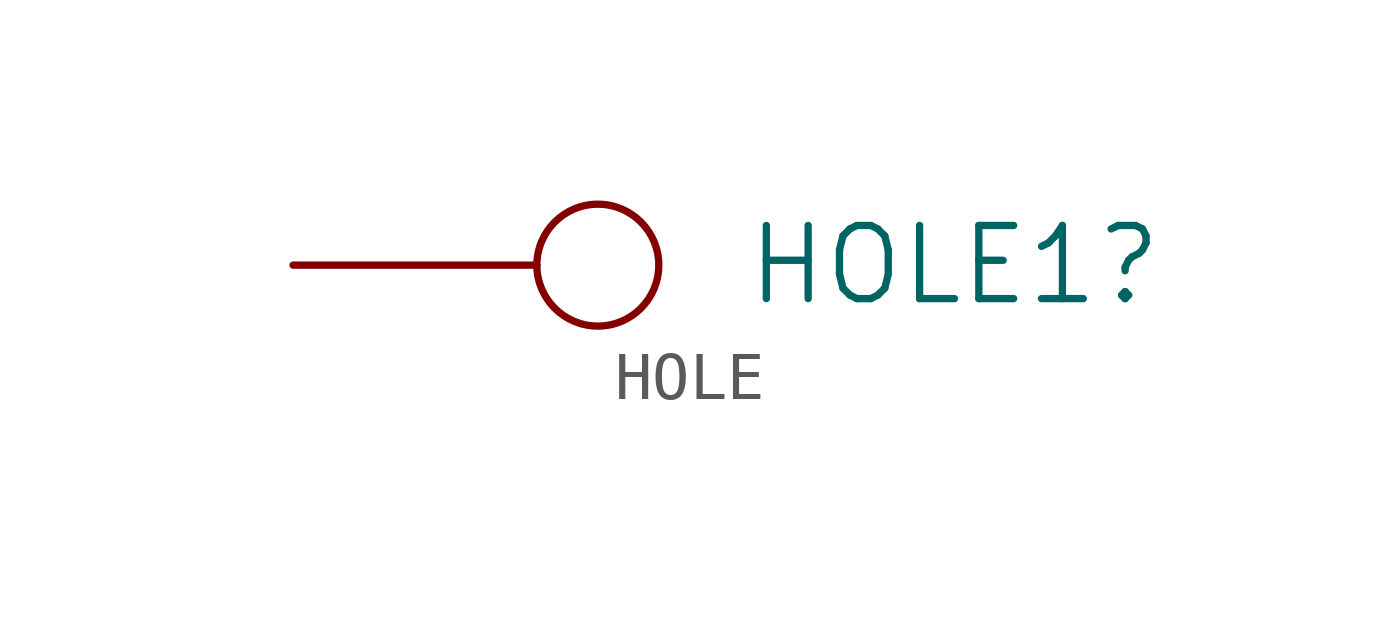
<source format=kicad_sym>
(kicad_symbol_lib
  (version 20220914)
  (generator kicad_symbol_editor)
  (symbol "HOLE"
    (pin_numbers hide)
    (pin_names
      (offset 1.016) hide)
    (property "Reference" "HOLE1"
      (at 3.048 0 0)
      (effects (font (size 1.524 1.524)) (justify left)))
    (property "Datasheet" ""
      (at 0 0 0)
      (effects (font (size 1.524 1.524))))
    (symbol "HOLE_0_1"
      (circle (center 0 0) (radius 1.27) (stroke (width 0) (type default)) (fill (type none))))
    (symbol "HOLE_1_1"
      (pin input line (at -6.35 0 0) (length 5.08) (name "~" (effects (font (size 1.27 1.27)))) (number "1" (effects (font (size 1.27 1.27))))))))
</source>
